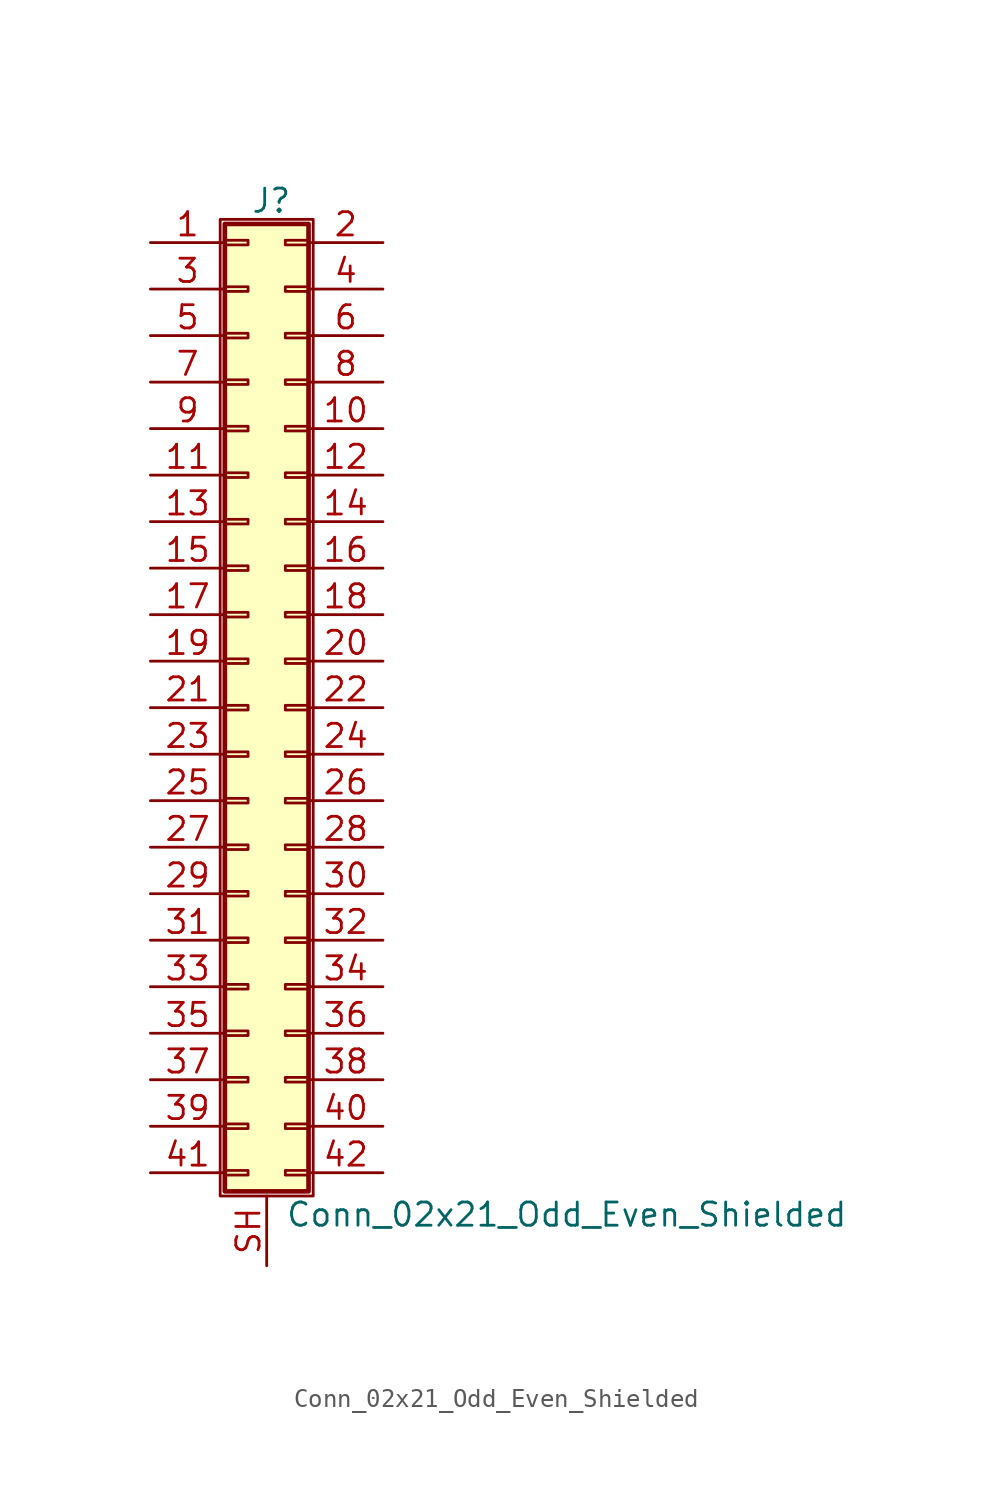
<source format=kicad_sym>
(kicad_symbol_lib
  (version 20211014)
  (generator kicad_symbol_editor)
  (symbol "Conn_02x21_Odd_Even_Shielded"
    (pin_names
      (offset 1.016) hide)
    (property "Reference" "J"
      (at 1.524 27.686 0)
      (effects (font (size 1.27 1.27))))
    (property "Value" "Conn_02x21_Odd_Even_Shielded"
      (at 2.286 -27.686 0)
      (effects (font (size 1.27 1.27)) (justify left)))
    (symbol "Conn_02x21_Odd_Even_Shielded_1_1"
      (rectangle (start -1.27 26.67) (end 3.81 -26.67) (stroke (width 0.152) (type default) (color 0 0 0 0)) (fill (type none)))
      (rectangle (start -1.016 -25.273) (end 0.254 -25.527) (stroke (width 0.152) (type default) (color 0 0 0 0)) (fill (type none)))
      (rectangle (start -1.016 -22.733) (end 0.254 -22.987) (stroke (width 0.152) (type default) (color 0 0 0 0)) (fill (type none)))
      (rectangle (start -1.016 -20.193) (end 0.254 -20.447) (stroke (width 0.152) (type default) (color 0 0 0 0)) (fill (type none)))
      (rectangle (start -1.016 -17.653) (end 0.254 -17.907) (stroke (width 0.152) (type default) (color 0 0 0 0)) (fill (type none)))
      (rectangle (start -1.016 -15.113) (end 0.254 -15.367) (stroke (width 0.152) (type default) (color 0 0 0 0)) (fill (type none)))
      (rectangle (start -1.016 -12.573) (end 0.254 -12.827) (stroke (width 0.152) (type default) (color 0 0 0 0)) (fill (type none)))
      (rectangle (start -1.016 -10.033) (end 0.254 -10.287) (stroke (width 0.152) (type default) (color 0 0 0 0)) (fill (type none)))
      (rectangle (start -1.016 -7.493) (end 0.254 -7.747) (stroke (width 0.152) (type default) (color 0 0 0 0)) (fill (type none)))
      (rectangle (start -1.016 -4.953) (end 0.254 -5.207) (stroke (width 0.152) (type default) (color 0 0 0 0)) (fill (type none)))
      (rectangle (start -1.016 -2.413) (end 0.254 -2.667) (stroke (width 0.152) (type default) (color 0 0 0 0)) (fill (type none)))
      (rectangle (start -1.016 0.127) (end 0.254 -0.127) (stroke (width 0.152) (type default) (color 0 0 0 0)) (fill (type none)))
      (rectangle (start -1.016 2.667) (end 0.254 2.413) (stroke (width 0.152) (type default) (color 0 0 0 0)) (fill (type none)))
      (rectangle (start -1.016 5.207) (end 0.254 4.953) (stroke (width 0.152) (type default) (color 0 0 0 0)) (fill (type none)))
      (rectangle (start -1.016 7.747) (end 0.254 7.493) (stroke (width 0.152) (type default) (color 0 0 0 0)) (fill (type none)))
      (rectangle (start -1.016 10.287) (end 0.254 10.033) (stroke (width 0.152) (type default) (color 0 0 0 0)) (fill (type none)))
      (rectangle (start -1.016 12.827) (end 0.254 12.573) (stroke (width 0.152) (type default) (color 0 0 0 0)) (fill (type none)))
      (rectangle (start -1.016 15.367) (end 0.254 15.113) (stroke (width 0.152) (type default) (color 0 0 0 0)) (fill (type none)))
      (rectangle (start -1.016 17.907) (end 0.254 17.653) (stroke (width 0.152) (type default) (color 0 0 0 0)) (fill (type none)))
      (rectangle (start -1.016 20.447) (end 0.254 20.193) (stroke (width 0.152) (type default) (color 0 0 0 0)) (fill (type none)))
      (rectangle (start -1.016 22.987) (end 0.254 22.733) (stroke (width 0.152) (type default) (color 0 0 0 0)) (fill (type none)))
      (rectangle (start -1.016 25.527) (end 0.254 25.273) (stroke (width 0.152) (type default) (color 0 0 0 0)) (fill (type none)))
      (rectangle (start -1.016 26.416) (end 3.556 -26.416) (stroke (width 0.254) (type default) (color 0 0 0 0)) (fill (type background)))
      (rectangle (start 3.556 -25.273) (end 2.286 -25.527) (stroke (width 0.152) (type default) (color 0 0 0 0)) (fill (type none)))
      (rectangle (start 3.556 -22.733) (end 2.286 -22.987) (stroke (width 0.152) (type default) (color 0 0 0 0)) (fill (type none)))
      (rectangle (start 3.556 -20.193) (end 2.286 -20.447) (stroke (width 0.152) (type default) (color 0 0 0 0)) (fill (type none)))
      (rectangle (start 3.556 -17.653) (end 2.286 -17.907) (stroke (width 0.152) (type default) (color 0 0 0 0)) (fill (type none)))
      (rectangle (start 3.556 -15.113) (end 2.286 -15.367) (stroke (width 0.152) (type default) (color 0 0 0 0)) (fill (type none)))
      (rectangle (start 3.556 -12.573) (end 2.286 -12.827) (stroke (width 0.152) (type default) (color 0 0 0 0)) (fill (type none)))
      (rectangle (start 3.556 -10.033) (end 2.286 -10.287) (stroke (width 0.152) (type default) (color 0 0 0 0)) (fill (type none)))
      (rectangle (start 3.556 -7.493) (end 2.286 -7.747) (stroke (width 0.152) (type default) (color 0 0 0 0)) (fill (type none)))
      (rectangle (start 3.556 -4.953) (end 2.286 -5.207) (stroke (width 0.152) (type default) (color 0 0 0 0)) (fill (type none)))
      (rectangle (start 3.556 -2.413) (end 2.286 -2.667) (stroke (width 0.152) (type default) (color 0 0 0 0)) (fill (type none)))
      (rectangle (start 3.556 0.127) (end 2.286 -0.127) (stroke (width 0.152) (type default) (color 0 0 0 0)) (fill (type none)))
      (rectangle (start 3.556 2.667) (end 2.286 2.413) (stroke (width 0.152) (type default) (color 0 0 0 0)) (fill (type none)))
      (rectangle (start 3.556 5.207) (end 2.286 4.953) (stroke (width 0.152) (type default) (color 0 0 0 0)) (fill (type none)))
      (rectangle (start 3.556 7.747) (end 2.286 7.493) (stroke (width 0.152) (type default) (color 0 0 0 0)) (fill (type none)))
      (rectangle (start 3.556 10.287) (end 2.286 10.033) (stroke (width 0.152) (type default) (color 0 0 0 0)) (fill (type none)))
      (rectangle (start 3.556 12.827) (end 2.286 12.573) (stroke (width 0.152) (type default) (color 0 0 0 0)) (fill (type none)))
      (rectangle (start 3.556 15.367) (end 2.286 15.113) (stroke (width 0.152) (type default) (color 0 0 0 0)) (fill (type none)))
      (rectangle (start 3.556 17.907) (end 2.286 17.653) (stroke (width 0.152) (type default) (color 0 0 0 0)) (fill (type none)))
      (rectangle (start 3.556 20.447) (end 2.286 20.193) (stroke (width 0.152) (type default) (color 0 0 0 0)) (fill (type none)))
      (rectangle (start 3.556 22.987) (end 2.286 22.733) (stroke (width 0.152) (type default) (color 0 0 0 0)) (fill (type none)))
      (rectangle (start 3.556 25.527) (end 2.286 25.273) (stroke (width 0.152) (type default) (color 0 0 0 0)) (fill (type none)))
      (pin passive line (at -5.08 25.4 0) (length 4.064) (name "Pin_1" (effects (font (size 1.27 1.27)))) (number "1" (effects (font (size 1.27 1.27)))))
      (pin passive line (at 7.62 15.24 180) (length 4.064) (name "Pin_10" (effects (font (size 1.27 1.27)))) (number "10" (effects (font (size 1.27 1.27)))))
      (pin passive line (at -5.08 12.7 0) (length 4.064) (name "Pin_11" (effects (font (size 1.27 1.27)))) (number "11" (effects (font (size 1.27 1.27)))))
      (pin passive line (at 7.62 12.7 180) (length 4.064) (name "Pin_12" (effects (font (size 1.27 1.27)))) (number "12" (effects (font (size 1.27 1.27)))))
      (pin passive line (at -5.08 10.16 0) (length 4.064) (name "Pin_13" (effects (font (size 1.27 1.27)))) (number "13" (effects (font (size 1.27 1.27)))))
      (pin passive line (at 7.62 10.16 180) (length 4.064) (name "Pin_14" (effects (font (size 1.27 1.27)))) (number "14" (effects (font (size 1.27 1.27)))))
      (pin passive line (at -5.08 7.62 0) (length 4.064) (name "Pin_15" (effects (font (size 1.27 1.27)))) (number "15" (effects (font (size 1.27 1.27)))))
      (pin passive line (at 7.62 7.62 180) (length 4.064) (name "Pin_16" (effects (font (size 1.27 1.27)))) (number "16" (effects (font (size 1.27 1.27)))))
      (pin passive line (at -5.08 5.08 0) (length 4.064) (name "Pin_17" (effects (font (size 1.27 1.27)))) (number "17" (effects (font (size 1.27 1.27)))))
      (pin passive line (at 7.62 5.08 180) (length 4.064) (name "Pin_18" (effects (font (size 1.27 1.27)))) (number "18" (effects (font (size 1.27 1.27)))))
      (pin passive line (at -5.08 2.54 0) (length 4.064) (name "Pin_19" (effects (font (size 1.27 1.27)))) (number "19" (effects (font (size 1.27 1.27)))))
      (pin passive line (at 7.62 25.4 180) (length 4.064) (name "Pin_2" (effects (font (size 1.27 1.27)))) (number "2" (effects (font (size 1.27 1.27)))))
      (pin passive line (at 7.62 2.54 180) (length 4.064) (name "Pin_20" (effects (font (size 1.27 1.27)))) (number "20" (effects (font (size 1.27 1.27)))))
      (pin passive line (at -5.08 0 0) (length 4.064) (name "Pin_21" (effects (font (size 1.27 1.27)))) (number "21" (effects (font (size 1.27 1.27)))))
      (pin passive line (at 7.62 0 180) (length 4.064) (name "Pin_22" (effects (font (size 1.27 1.27)))) (number "22" (effects (font (size 1.27 1.27)))))
      (pin passive line (at -5.08 -2.54 0) (length 4.064) (name "Pin_23" (effects (font (size 1.27 1.27)))) (number "23" (effects (font (size 1.27 1.27)))))
      (pin passive line (at 7.62 -2.54 180) (length 4.064) (name "Pin_24" (effects (font (size 1.27 1.27)))) (number "24" (effects (font (size 1.27 1.27)))))
      (pin passive line (at -5.08 -5.08 0) (length 4.064) (name "Pin_25" (effects (font (size 1.27 1.27)))) (number "25" (effects (font (size 1.27 1.27)))))
      (pin passive line (at 7.62 -5.08 180) (length 4.064) (name "Pin_26" (effects (font (size 1.27 1.27)))) (number "26" (effects (font (size 1.27 1.27)))))
      (pin passive line (at -5.08 -7.62 0) (length 4.064) (name "Pin_27" (effects (font (size 1.27 1.27)))) (number "27" (effects (font (size 1.27 1.27)))))
      (pin passive line (at 7.62 -7.62 180) (length 4.064) (name "Pin_28" (effects (font (size 1.27 1.27)))) (number "28" (effects (font (size 1.27 1.27)))))
      (pin passive line (at -5.08 -10.16 0) (length 4.064) (name "Pin_29" (effects (font (size 1.27 1.27)))) (number "29" (effects (font (size 1.27 1.27)))))
      (pin passive line (at -5.08 22.86 0) (length 4.064) (name "Pin_3" (effects (font (size 1.27 1.27)))) (number "3" (effects (font (size 1.27 1.27)))))
      (pin passive line (at 7.62 -10.16 180) (length 4.064) (name "Pin_30" (effects (font (size 1.27 1.27)))) (number "30" (effects (font (size 1.27 1.27)))))
      (pin passive line (at -5.08 -12.7 0) (length 4.064) (name "Pin_31" (effects (font (size 1.27 1.27)))) (number "31" (effects (font (size 1.27 1.27)))))
      (pin passive line (at 7.62 -12.7 180) (length 4.064) (name "Pin_32" (effects (font (size 1.27 1.27)))) (number "32" (effects (font (size 1.27 1.27)))))
      (pin passive line (at -5.08 -15.24 0) (length 4.064) (name "Pin_33" (effects (font (size 1.27 1.27)))) (number "33" (effects (font (size 1.27 1.27)))))
      (pin passive line (at 7.62 -15.24 180) (length 4.064) (name "Pin_34" (effects (font (size 1.27 1.27)))) (number "34" (effects (font (size 1.27 1.27)))))
      (pin passive line (at -5.08 -17.78 0) (length 4.064) (name "Pin_35" (effects (font (size 1.27 1.27)))) (number "35" (effects (font (size 1.27 1.27)))))
      (pin passive line (at 7.62 -17.78 180) (length 4.064) (name "Pin_36" (effects (font (size 1.27 1.27)))) (number "36" (effects (font (size 1.27 1.27)))))
      (pin passive line (at -5.08 -20.32 0) (length 4.064) (name "Pin_37" (effects (font (size 1.27 1.27)))) (number "37" (effects (font (size 1.27 1.27)))))
      (pin passive line (at 7.62 -20.32 180) (length 4.064) (name "Pin_38" (effects (font (size 1.27 1.27)))) (number "38" (effects (font (size 1.27 1.27)))))
      (pin passive line (at -5.08 -22.86 0) (length 4.064) (name "Pin_39" (effects (font (size 1.27 1.27)))) (number "39" (effects (font (size 1.27 1.27)))))
      (pin passive line (at 7.62 22.86 180) (length 4.064) (name "Pin_4" (effects (font (size 1.27 1.27)))) (number "4" (effects (font (size 1.27 1.27)))))
      (pin passive line (at 7.62 -22.86 180) (length 4.064) (name "Pin_40" (effects (font (size 1.27 1.27)))) (number "40" (effects (font (size 1.27 1.27)))))
      (pin passive line (at -5.08 -25.4 0) (length 4.064) (name "Pin_41" (effects (font (size 1.27 1.27)))) (number "41" (effects (font (size 1.27 1.27)))))
      (pin passive line (at 7.62 -25.4 180) (length 4.064) (name "Pin_42" (effects (font (size 1.27 1.27)))) (number "42" (effects (font (size 1.27 1.27)))))
      (pin passive line (at -5.08 20.32 0) (length 4.064) (name "Pin_5" (effects (font (size 1.27 1.27)))) (number "5" (effects (font (size 1.27 1.27)))))
      (pin passive line (at 7.62 20.32 180) (length 4.064) (name "Pin_6" (effects (font (size 1.27 1.27)))) (number "6" (effects (font (size 1.27 1.27)))))
      (pin passive line (at -5.08 17.78 0) (length 4.064) (name "Pin_7" (effects (font (size 1.27 1.27)))) (number "7" (effects (font (size 1.27 1.27)))))
      (pin passive line (at 7.62 17.78 180) (length 4.064) (name "Pin_8" (effects (font (size 1.27 1.27)))) (number "8" (effects (font (size 1.27 1.27)))))
      (pin passive line (at -5.08 15.24 0) (length 4.064) (name "Pin_9" (effects (font (size 1.27 1.27)))) (number "9" (effects (font (size 1.27 1.27)))))
      (pin passive line (at 1.27 -30.48 90) (length 3.81) (name "Shield" (effects (font (size 1.27 1.27)))) (number "SH" (effects (font (size 1.27 1.27))))))))
</source>
